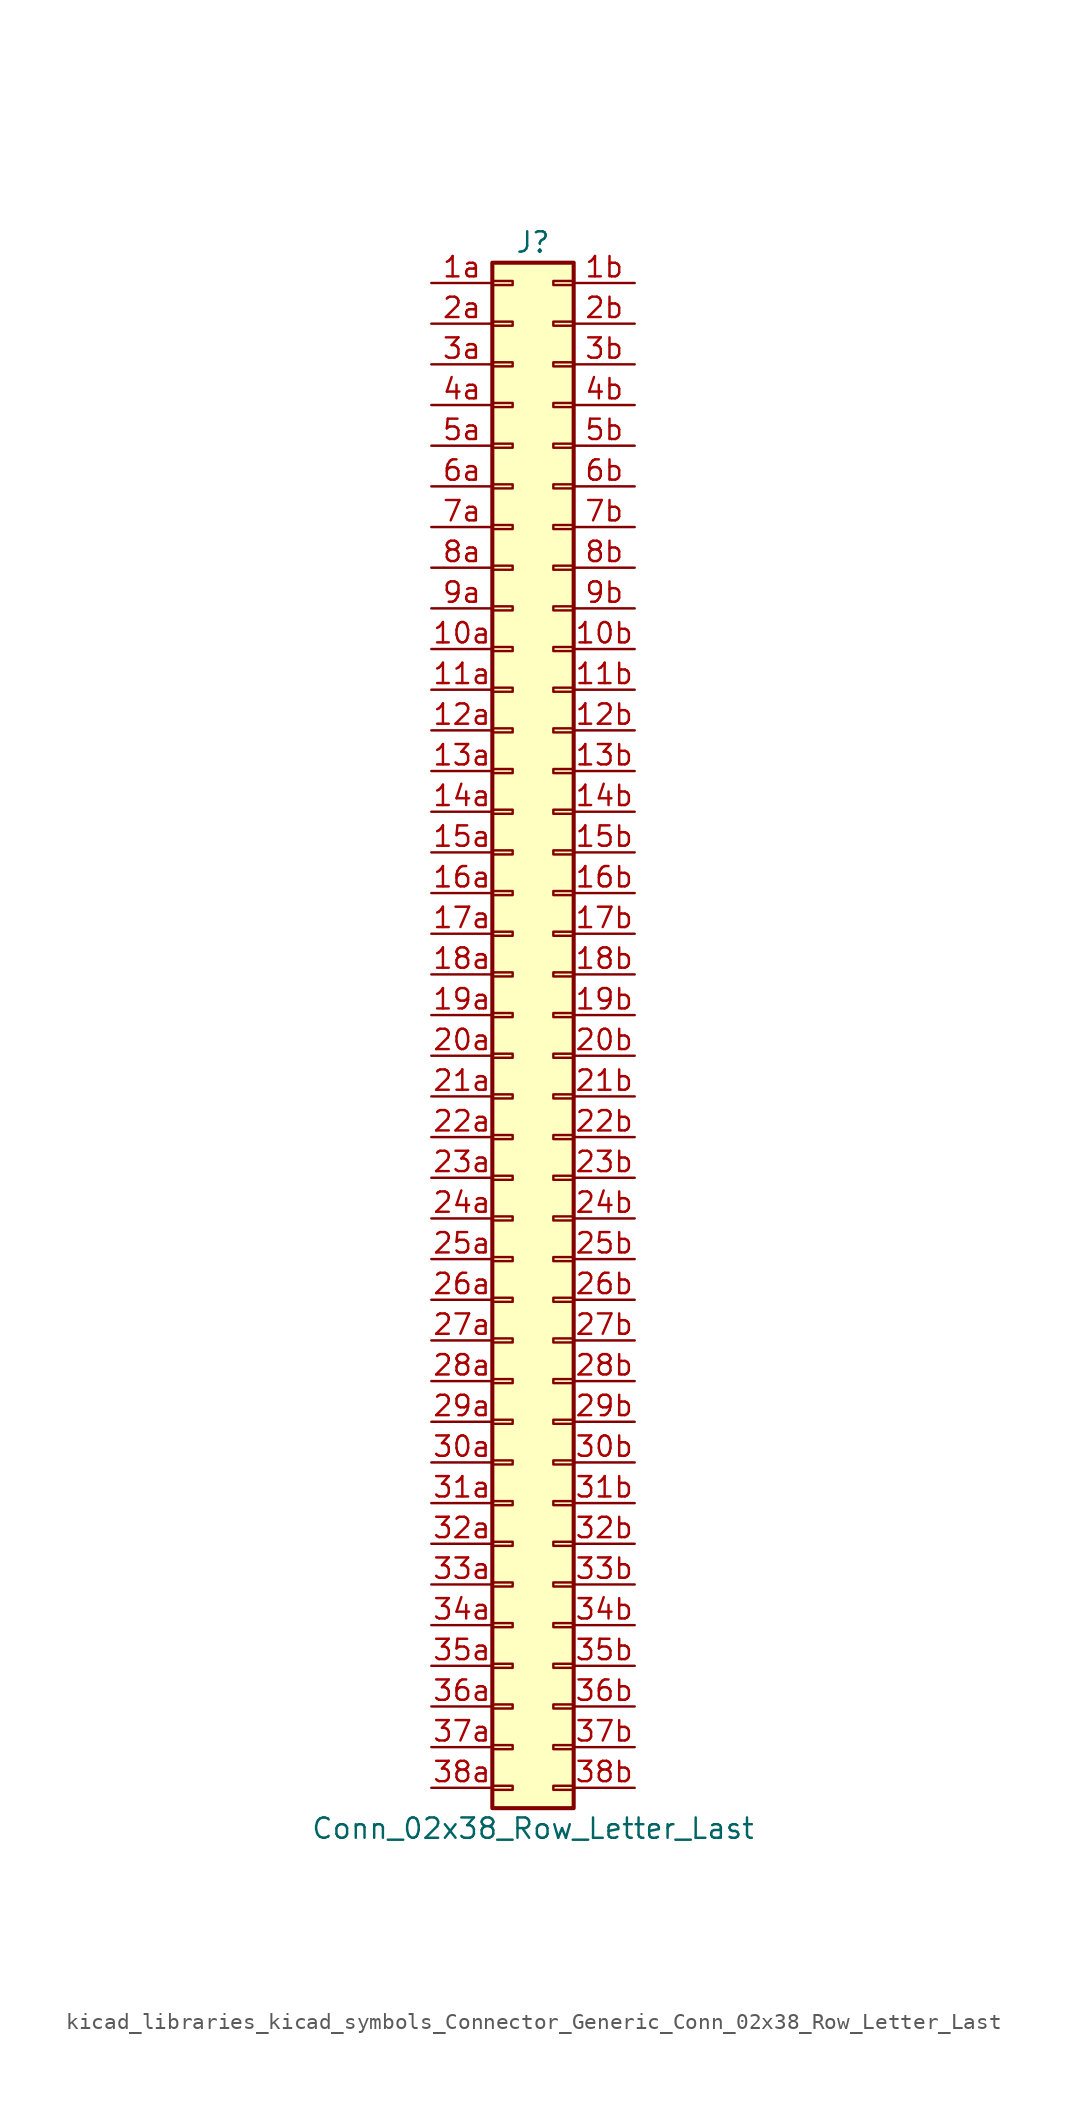
<source format=kicad_sym>
(kicad_symbol_lib
  (version 20220914)
  (generator kicad_symbol_editor)
  (symbol "kicad_libraries_kicad_symbols_Connector_Generic_Conn_02x38_Row_Letter_Last"
    (pin_names
      (offset 1.016) hide)
    (property "Reference" "J"
      (at 1.27 48.26 0)
      (effects (font (size 1.27 1.27))))
    (property "Value" "Conn_02x38_Row_Letter_Last"
      (at 1.27 -50.8 0)
      (effects (font (size 1.27 1.27))))
    (symbol "kicad_libraries_kicad_symbols_Connector_Generic_Conn_02x38_Row_Letter_Last_1_1"
      (rectangle (start -1.27 -48.133) (end 0 -48.387) (stroke (width 0.152) (type default)) (fill (type none)))
      (rectangle (start -1.27 -45.593) (end 0 -45.847) (stroke (width 0.152) (type default)) (fill (type none)))
      (rectangle (start -1.27 -43.053) (end 0 -43.307) (stroke (width 0.152) (type default)) (fill (type none)))
      (rectangle (start -1.27 -40.513) (end 0 -40.767) (stroke (width 0.152) (type default)) (fill (type none)))
      (rectangle (start -1.27 -37.973) (end 0 -38.227) (stroke (width 0.152) (type default)) (fill (type none)))
      (rectangle (start -1.27 -35.433) (end 0 -35.687) (stroke (width 0.152) (type default)) (fill (type none)))
      (rectangle (start -1.27 -32.893) (end 0 -33.147) (stroke (width 0.152) (type default)) (fill (type none)))
      (rectangle (start -1.27 -30.353) (end 0 -30.607) (stroke (width 0.152) (type default)) (fill (type none)))
      (rectangle (start -1.27 -27.813) (end 0 -28.067) (stroke (width 0.152) (type default)) (fill (type none)))
      (rectangle (start -1.27 -25.273) (end 0 -25.527) (stroke (width 0.152) (type default)) (fill (type none)))
      (rectangle (start -1.27 -22.733) (end 0 -22.987) (stroke (width 0.152) (type default)) (fill (type none)))
      (rectangle (start -1.27 -20.193) (end 0 -20.447) (stroke (width 0.152) (type default)) (fill (type none)))
      (rectangle (start -1.27 -17.653) (end 0 -17.907) (stroke (width 0.152) (type default)) (fill (type none)))
      (rectangle (start -1.27 -15.113) (end 0 -15.367) (stroke (width 0.152) (type default)) (fill (type none)))
      (rectangle (start -1.27 -12.573) (end 0 -12.827) (stroke (width 0.152) (type default)) (fill (type none)))
      (rectangle (start -1.27 -10.033) (end 0 -10.287) (stroke (width 0.152) (type default)) (fill (type none)))
      (rectangle (start -1.27 -7.493) (end 0 -7.747) (stroke (width 0.152) (type default)) (fill (type none)))
      (rectangle (start -1.27 -4.953) (end 0 -5.207) (stroke (width 0.152) (type default)) (fill (type none)))
      (rectangle (start -1.27 -2.413) (end 0 -2.667) (stroke (width 0.152) (type default)) (fill (type none)))
      (rectangle (start -1.27 0.127) (end 0 -0.127) (stroke (width 0.152) (type default)) (fill (type none)))
      (rectangle (start -1.27 2.667) (end 0 2.413) (stroke (width 0.152) (type default)) (fill (type none)))
      (rectangle (start -1.27 5.207) (end 0 4.953) (stroke (width 0.152) (type default)) (fill (type none)))
      (rectangle (start -1.27 7.747) (end 0 7.493) (stroke (width 0.152) (type default)) (fill (type none)))
      (rectangle (start -1.27 10.287) (end 0 10.033) (stroke (width 0.152) (type default)) (fill (type none)))
      (rectangle (start -1.27 12.827) (end 0 12.573) (stroke (width 0.152) (type default)) (fill (type none)))
      (rectangle (start -1.27 15.367) (end 0 15.113) (stroke (width 0.152) (type default)) (fill (type none)))
      (rectangle (start -1.27 17.907) (end 0 17.653) (stroke (width 0.152) (type default)) (fill (type none)))
      (rectangle (start -1.27 20.447) (end 0 20.193) (stroke (width 0.152) (type default)) (fill (type none)))
      (rectangle (start -1.27 22.987) (end 0 22.733) (stroke (width 0.152) (type default)) (fill (type none)))
      (rectangle (start -1.27 25.527) (end 0 25.273) (stroke (width 0.152) (type default)) (fill (type none)))
      (rectangle (start -1.27 28.067) (end 0 27.813) (stroke (width 0.152) (type default)) (fill (type none)))
      (rectangle (start -1.27 30.607) (end 0 30.353) (stroke (width 0.152) (type default)) (fill (type none)))
      (rectangle (start -1.27 33.147) (end 0 32.893) (stroke (width 0.152) (type default)) (fill (type none)))
      (rectangle (start -1.27 35.687) (end 0 35.433) (stroke (width 0.152) (type default)) (fill (type none)))
      (rectangle (start -1.27 38.227) (end 0 37.973) (stroke (width 0.152) (type default)) (fill (type none)))
      (rectangle (start -1.27 40.767) (end 0 40.513) (stroke (width 0.152) (type default)) (fill (type none)))
      (rectangle (start -1.27 43.307) (end 0 43.053) (stroke (width 0.152) (type default)) (fill (type none)))
      (rectangle (start -1.27 45.847) (end 0 45.593) (stroke (width 0.152) (type default)) (fill (type none)))
      (rectangle (start -1.27 46.99) (end 3.81 -49.53) (stroke (width 0.254) (type default)) (fill (type background)))
      (rectangle (start 3.81 -48.133) (end 2.54 -48.387) (stroke (width 0.152) (type default)) (fill (type none)))
      (rectangle (start 3.81 -45.593) (end 2.54 -45.847) (stroke (width 0.152) (type default)) (fill (type none)))
      (rectangle (start 3.81 -43.053) (end 2.54 -43.307) (stroke (width 0.152) (type default)) (fill (type none)))
      (rectangle (start 3.81 -40.513) (end 2.54 -40.767) (stroke (width 0.152) (type default)) (fill (type none)))
      (rectangle (start 3.81 -37.973) (end 2.54 -38.227) (stroke (width 0.152) (type default)) (fill (type none)))
      (rectangle (start 3.81 -35.433) (end 2.54 -35.687) (stroke (width 0.152) (type default)) (fill (type none)))
      (rectangle (start 3.81 -32.893) (end 2.54 -33.147) (stroke (width 0.152) (type default)) (fill (type none)))
      (rectangle (start 3.81 -30.353) (end 2.54 -30.607) (stroke (width 0.152) (type default)) (fill (type none)))
      (rectangle (start 3.81 -27.813) (end 2.54 -28.067) (stroke (width 0.152) (type default)) (fill (type none)))
      (rectangle (start 3.81 -25.273) (end 2.54 -25.527) (stroke (width 0.152) (type default)) (fill (type none)))
      (rectangle (start 3.81 -22.733) (end 2.54 -22.987) (stroke (width 0.152) (type default)) (fill (type none)))
      (rectangle (start 3.81 -20.193) (end 2.54 -20.447) (stroke (width 0.152) (type default)) (fill (type none)))
      (rectangle (start 3.81 -17.653) (end 2.54 -17.907) (stroke (width 0.152) (type default)) (fill (type none)))
      (rectangle (start 3.81 -15.113) (end 2.54 -15.367) (stroke (width 0.152) (type default)) (fill (type none)))
      (rectangle (start 3.81 -12.573) (end 2.54 -12.827) (stroke (width 0.152) (type default)) (fill (type none)))
      (rectangle (start 3.81 -10.033) (end 2.54 -10.287) (stroke (width 0.152) (type default)) (fill (type none)))
      (rectangle (start 3.81 -7.493) (end 2.54 -7.747) (stroke (width 0.152) (type default)) (fill (type none)))
      (rectangle (start 3.81 -4.953) (end 2.54 -5.207) (stroke (width 0.152) (type default)) (fill (type none)))
      (rectangle (start 3.81 -2.413) (end 2.54 -2.667) (stroke (width 0.152) (type default)) (fill (type none)))
      (rectangle (start 3.81 0.127) (end 2.54 -0.127) (stroke (width 0.152) (type default)) (fill (type none)))
      (rectangle (start 3.81 2.667) (end 2.54 2.413) (stroke (width 0.152) (type default)) (fill (type none)))
      (rectangle (start 3.81 5.207) (end 2.54 4.953) (stroke (width 0.152) (type default)) (fill (type none)))
      (rectangle (start 3.81 7.747) (end 2.54 7.493) (stroke (width 0.152) (type default)) (fill (type none)))
      (rectangle (start 3.81 10.287) (end 2.54 10.033) (stroke (width 0.152) (type default)) (fill (type none)))
      (rectangle (start 3.81 12.827) (end 2.54 12.573) (stroke (width 0.152) (type default)) (fill (type none)))
      (rectangle (start 3.81 15.367) (end 2.54 15.113) (stroke (width 0.152) (type default)) (fill (type none)))
      (rectangle (start 3.81 17.907) (end 2.54 17.653) (stroke (width 0.152) (type default)) (fill (type none)))
      (rectangle (start 3.81 20.447) (end 2.54 20.193) (stroke (width 0.152) (type default)) (fill (type none)))
      (rectangle (start 3.81 22.987) (end 2.54 22.733) (stroke (width 0.152) (type default)) (fill (type none)))
      (rectangle (start 3.81 25.527) (end 2.54 25.273) (stroke (width 0.152) (type default)) (fill (type none)))
      (rectangle (start 3.81 28.067) (end 2.54 27.813) (stroke (width 0.152) (type default)) (fill (type none)))
      (rectangle (start 3.81 30.607) (end 2.54 30.353) (stroke (width 0.152) (type default)) (fill (type none)))
      (rectangle (start 3.81 33.147) (end 2.54 32.893) (stroke (width 0.152) (type default)) (fill (type none)))
      (rectangle (start 3.81 35.687) (end 2.54 35.433) (stroke (width 0.152) (type default)) (fill (type none)))
      (rectangle (start 3.81 38.227) (end 2.54 37.973) (stroke (width 0.152) (type default)) (fill (type none)))
      (rectangle (start 3.81 40.767) (end 2.54 40.513) (stroke (width 0.152) (type default)) (fill (type none)))
      (rectangle (start 3.81 43.307) (end 2.54 43.053) (stroke (width 0.152) (type default)) (fill (type none)))
      (rectangle (start 3.81 45.847) (end 2.54 45.593) (stroke (width 0.152) (type default)) (fill (type none)))
      (pin passive line (at -5.08 22.86 0) (length 3.81) (name "Pin_10a" (effects (font (size 1.27 1.27)))) (number "10a" (effects (font (size 1.27 1.27)))))
      (pin passive line (at 7.62 22.86 180) (length 3.81) (name "Pin_10b" (effects (font (size 1.27 1.27)))) (number "10b" (effects (font (size 1.27 1.27)))))
      (pin passive line (at -5.08 20.32 0) (length 3.81) (name "Pin_11a" (effects (font (size 1.27 1.27)))) (number "11a" (effects (font (size 1.27 1.27)))))
      (pin passive line (at 7.62 20.32 180) (length 3.81) (name "Pin_11b" (effects (font (size 1.27 1.27)))) (number "11b" (effects (font (size 1.27 1.27)))))
      (pin passive line (at -5.08 17.78 0) (length 3.81) (name "Pin_12a" (effects (font (size 1.27 1.27)))) (number "12a" (effects (font (size 1.27 1.27)))))
      (pin passive line (at 7.62 17.78 180) (length 3.81) (name "Pin_12b" (effects (font (size 1.27 1.27)))) (number "12b" (effects (font (size 1.27 1.27)))))
      (pin passive line (at -5.08 15.24 0) (length 3.81) (name "Pin_13a" (effects (font (size 1.27 1.27)))) (number "13a" (effects (font (size 1.27 1.27)))))
      (pin passive line (at 7.62 15.24 180) (length 3.81) (name "Pin_13b" (effects (font (size 1.27 1.27)))) (number "13b" (effects (font (size 1.27 1.27)))))
      (pin passive line (at -5.08 12.7 0) (length 3.81) (name "Pin_14a" (effects (font (size 1.27 1.27)))) (number "14a" (effects (font (size 1.27 1.27)))))
      (pin passive line (at 7.62 12.7 180) (length 3.81) (name "Pin_14b" (effects (font (size 1.27 1.27)))) (number "14b" (effects (font (size 1.27 1.27)))))
      (pin passive line (at -5.08 10.16 0) (length 3.81) (name "Pin_15a" (effects (font (size 1.27 1.27)))) (number "15a" (effects (font (size 1.27 1.27)))))
      (pin passive line (at 7.62 10.16 180) (length 3.81) (name "Pin_15b" (effects (font (size 1.27 1.27)))) (number "15b" (effects (font (size 1.27 1.27)))))
      (pin passive line (at -5.08 7.62 0) (length 3.81) (name "Pin_16a" (effects (font (size 1.27 1.27)))) (number "16a" (effects (font (size 1.27 1.27)))))
      (pin passive line (at 7.62 7.62 180) (length 3.81) (name "Pin_16b" (effects (font (size 1.27 1.27)))) (number "16b" (effects (font (size 1.27 1.27)))))
      (pin passive line (at -5.08 5.08 0) (length 3.81) (name "Pin_17a" (effects (font (size 1.27 1.27)))) (number "17a" (effects (font (size 1.27 1.27)))))
      (pin passive line (at 7.62 5.08 180) (length 3.81) (name "Pin_17b" (effects (font (size 1.27 1.27)))) (number "17b" (effects (font (size 1.27 1.27)))))
      (pin passive line (at -5.08 2.54 0) (length 3.81) (name "Pin_18a" (effects (font (size 1.27 1.27)))) (number "18a" (effects (font (size 1.27 1.27)))))
      (pin passive line (at 7.62 2.54 180) (length 3.81) (name "Pin_18b" (effects (font (size 1.27 1.27)))) (number "18b" (effects (font (size 1.27 1.27)))))
      (pin passive line (at -5.08 0 0) (length 3.81) (name "Pin_19a" (effects (font (size 1.27 1.27)))) (number "19a" (effects (font (size 1.27 1.27)))))
      (pin passive line (at 7.62 0 180) (length 3.81) (name "Pin_19b" (effects (font (size 1.27 1.27)))) (number "19b" (effects (font (size 1.27 1.27)))))
      (pin passive line (at -5.08 45.72 0) (length 3.81) (name "Pin_1a" (effects (font (size 1.27 1.27)))) (number "1a" (effects (font (size 1.27 1.27)))))
      (pin passive line (at 7.62 45.72 180) (length 3.81) (name "Pin_1b" (effects (font (size 1.27 1.27)))) (number "1b" (effects (font (size 1.27 1.27)))))
      (pin passive line (at -5.08 -2.54 0) (length 3.81) (name "Pin_20a" (effects (font (size 1.27 1.27)))) (number "20a" (effects (font (size 1.27 1.27)))))
      (pin passive line (at 7.62 -2.54 180) (length 3.81) (name "Pin_20b" (effects (font (size 1.27 1.27)))) (number "20b" (effects (font (size 1.27 1.27)))))
      (pin passive line (at -5.08 -5.08 0) (length 3.81) (name "Pin_21a" (effects (font (size 1.27 1.27)))) (number "21a" (effects (font (size 1.27 1.27)))))
      (pin passive line (at 7.62 -5.08 180) (length 3.81) (name "Pin_21b" (effects (font (size 1.27 1.27)))) (number "21b" (effects (font (size 1.27 1.27)))))
      (pin passive line (at -5.08 -7.62 0) (length 3.81) (name "Pin_22a" (effects (font (size 1.27 1.27)))) (number "22a" (effects (font (size 1.27 1.27)))))
      (pin passive line (at 7.62 -7.62 180) (length 3.81) (name "Pin_22b" (effects (font (size 1.27 1.27)))) (number "22b" (effects (font (size 1.27 1.27)))))
      (pin passive line (at -5.08 -10.16 0) (length 3.81) (name "Pin_23a" (effects (font (size 1.27 1.27)))) (number "23a" (effects (font (size 1.27 1.27)))))
      (pin passive line (at 7.62 -10.16 180) (length 3.81) (name "Pin_23b" (effects (font (size 1.27 1.27)))) (number "23b" (effects (font (size 1.27 1.27)))))
      (pin passive line (at -5.08 -12.7 0) (length 3.81) (name "Pin_24a" (effects (font (size 1.27 1.27)))) (number "24a" (effects (font (size 1.27 1.27)))))
      (pin passive line (at 7.62 -12.7 180) (length 3.81) (name "Pin_24b" (effects (font (size 1.27 1.27)))) (number "24b" (effects (font (size 1.27 1.27)))))
      (pin passive line (at -5.08 -15.24 0) (length 3.81) (name "Pin_25a" (effects (font (size 1.27 1.27)))) (number "25a" (effects (font (size 1.27 1.27)))))
      (pin passive line (at 7.62 -15.24 180) (length 3.81) (name "Pin_25b" (effects (font (size 1.27 1.27)))) (number "25b" (effects (font (size 1.27 1.27)))))
      (pin passive line (at -5.08 -17.78 0) (length 3.81) (name "Pin_26a" (effects (font (size 1.27 1.27)))) (number "26a" (effects (font (size 1.27 1.27)))))
      (pin passive line (at 7.62 -17.78 180) (length 3.81) (name "Pin_26b" (effects (font (size 1.27 1.27)))) (number "26b" (effects (font (size 1.27 1.27)))))
      (pin passive line (at -5.08 -20.32 0) (length 3.81) (name "Pin_27a" (effects (font (size 1.27 1.27)))) (number "27a" (effects (font (size 1.27 1.27)))))
      (pin passive line (at 7.62 -20.32 180) (length 3.81) (name "Pin_27b" (effects (font (size 1.27 1.27)))) (number "27b" (effects (font (size 1.27 1.27)))))
      (pin passive line (at -5.08 -22.86 0) (length 3.81) (name "Pin_28a" (effects (font (size 1.27 1.27)))) (number "28a" (effects (font (size 1.27 1.27)))))
      (pin passive line (at 7.62 -22.86 180) (length 3.81) (name "Pin_28b" (effects (font (size 1.27 1.27)))) (number "28b" (effects (font (size 1.27 1.27)))))
      (pin passive line (at -5.08 -25.4 0) (length 3.81) (name "Pin_29a" (effects (font (size 1.27 1.27)))) (number "29a" (effects (font (size 1.27 1.27)))))
      (pin passive line (at 7.62 -25.4 180) (length 3.81) (name "Pin_29b" (effects (font (size 1.27 1.27)))) (number "29b" (effects (font (size 1.27 1.27)))))
      (pin passive line (at -5.08 43.18 0) (length 3.81) (name "Pin_2a" (effects (font (size 1.27 1.27)))) (number "2a" (effects (font (size 1.27 1.27)))))
      (pin passive line (at 7.62 43.18 180) (length 3.81) (name "Pin_2b" (effects (font (size 1.27 1.27)))) (number "2b" (effects (font (size 1.27 1.27)))))
      (pin passive line (at -5.08 -27.94 0) (length 3.81) (name "Pin_30a" (effects (font (size 1.27 1.27)))) (number "30a" (effects (font (size 1.27 1.27)))))
      (pin passive line (at 7.62 -27.94 180) (length 3.81) (name "Pin_30b" (effects (font (size 1.27 1.27)))) (number "30b" (effects (font (size 1.27 1.27)))))
      (pin passive line (at -5.08 -30.48 0) (length 3.81) (name "Pin_31a" (effects (font (size 1.27 1.27)))) (number "31a" (effects (font (size 1.27 1.27)))))
      (pin passive line (at 7.62 -30.48 180) (length 3.81) (name "Pin_31b" (effects (font (size 1.27 1.27)))) (number "31b" (effects (font (size 1.27 1.27)))))
      (pin passive line (at -5.08 -33.02 0) (length 3.81) (name "Pin_32a" (effects (font (size 1.27 1.27)))) (number "32a" (effects (font (size 1.27 1.27)))))
      (pin passive line (at 7.62 -33.02 180) (length 3.81) (name "Pin_32b" (effects (font (size 1.27 1.27)))) (number "32b" (effects (font (size 1.27 1.27)))))
      (pin passive line (at -5.08 -35.56 0) (length 3.81) (name "Pin_33a" (effects (font (size 1.27 1.27)))) (number "33a" (effects (font (size 1.27 1.27)))))
      (pin passive line (at 7.62 -35.56 180) (length 3.81) (name "Pin_33b" (effects (font (size 1.27 1.27)))) (number "33b" (effects (font (size 1.27 1.27)))))
      (pin passive line (at -5.08 -38.1 0) (length 3.81) (name "Pin_34a" (effects (font (size 1.27 1.27)))) (number "34a" (effects (font (size 1.27 1.27)))))
      (pin passive line (at 7.62 -38.1 180) (length 3.81) (name "Pin_34b" (effects (font (size 1.27 1.27)))) (number "34b" (effects (font (size 1.27 1.27)))))
      (pin passive line (at -5.08 -40.64 0) (length 3.81) (name "Pin_35a" (effects (font (size 1.27 1.27)))) (number "35a" (effects (font (size 1.27 1.27)))))
      (pin passive line (at 7.62 -40.64 180) (length 3.81) (name "Pin_35b" (effects (font (size 1.27 1.27)))) (number "35b" (effects (font (size 1.27 1.27)))))
      (pin passive line (at -5.08 -43.18 0) (length 3.81) (name "Pin_36a" (effects (font (size 1.27 1.27)))) (number "36a" (effects (font (size 1.27 1.27)))))
      (pin passive line (at 7.62 -43.18 180) (length 3.81) (name "Pin_36b" (effects (font (size 1.27 1.27)))) (number "36b" (effects (font (size 1.27 1.27)))))
      (pin passive line (at -5.08 -45.72 0) (length 3.81) (name "Pin_37a" (effects (font (size 1.27 1.27)))) (number "37a" (effects (font (size 1.27 1.27)))))
      (pin passive line (at 7.62 -45.72 180) (length 3.81) (name "Pin_37b" (effects (font (size 1.27 1.27)))) (number "37b" (effects (font (size 1.27 1.27)))))
      (pin passive line (at -5.08 -48.26 0) (length 3.81) (name "Pin_38a" (effects (font (size 1.27 1.27)))) (number "38a" (effects (font (size 1.27 1.27)))))
      (pin passive line (at 7.62 -48.26 180) (length 3.81) (name "Pin_38b" (effects (font (size 1.27 1.27)))) (number "38b" (effects (font (size 1.27 1.27)))))
      (pin passive line (at -5.08 40.64 0) (length 3.81) (name "Pin_3a" (effects (font (size 1.27 1.27)))) (number "3a" (effects (font (size 1.27 1.27)))))
      (pin passive line (at 7.62 40.64 180) (length 3.81) (name "Pin_3b" (effects (font (size 1.27 1.27)))) (number "3b" (effects (font (size 1.27 1.27)))))
      (pin passive line (at -5.08 38.1 0) (length 3.81) (name "Pin_4a" (effects (font (size 1.27 1.27)))) (number "4a" (effects (font (size 1.27 1.27)))))
      (pin passive line (at 7.62 38.1 180) (length 3.81) (name "Pin_4b" (effects (font (size 1.27 1.27)))) (number "4b" (effects (font (size 1.27 1.27)))))
      (pin passive line (at -5.08 35.56 0) (length 3.81) (name "Pin_5a" (effects (font (size 1.27 1.27)))) (number "5a" (effects (font (size 1.27 1.27)))))
      (pin passive line (at 7.62 35.56 180) (length 3.81) (name "Pin_5b" (effects (font (size 1.27 1.27)))) (number "5b" (effects (font (size 1.27 1.27)))))
      (pin passive line (at -5.08 33.02 0) (length 3.81) (name "Pin_6a" (effects (font (size 1.27 1.27)))) (number "6a" (effects (font (size 1.27 1.27)))))
      (pin passive line (at 7.62 33.02 180) (length 3.81) (name "Pin_6b" (effects (font (size 1.27 1.27)))) (number "6b" (effects (font (size 1.27 1.27)))))
      (pin passive line (at -5.08 30.48 0) (length 3.81) (name "Pin_7a" (effects (font (size 1.27 1.27)))) (number "7a" (effects (font (size 1.27 1.27)))))
      (pin passive line (at 7.62 30.48 180) (length 3.81) (name "Pin_7b" (effects (font (size 1.27 1.27)))) (number "7b" (effects (font (size 1.27 1.27)))))
      (pin passive line (at -5.08 27.94 0) (length 3.81) (name "Pin_8a" (effects (font (size 1.27 1.27)))) (number "8a" (effects (font (size 1.27 1.27)))))
      (pin passive line (at 7.62 27.94 180) (length 3.81) (name "Pin_8b" (effects (font (size 1.27 1.27)))) (number "8b" (effects (font (size 1.27 1.27)))))
      (pin passive line (at -5.08 25.4 0) (length 3.81) (name "Pin_9a" (effects (font (size 1.27 1.27)))) (number "9a" (effects (font (size 1.27 1.27)))))
      (pin passive line (at 7.62 25.4 180) (length 3.81) (name "Pin_9b" (effects (font (size 1.27 1.27)))) (number "9b" (effects (font (size 1.27 1.27))))))))
</source>
